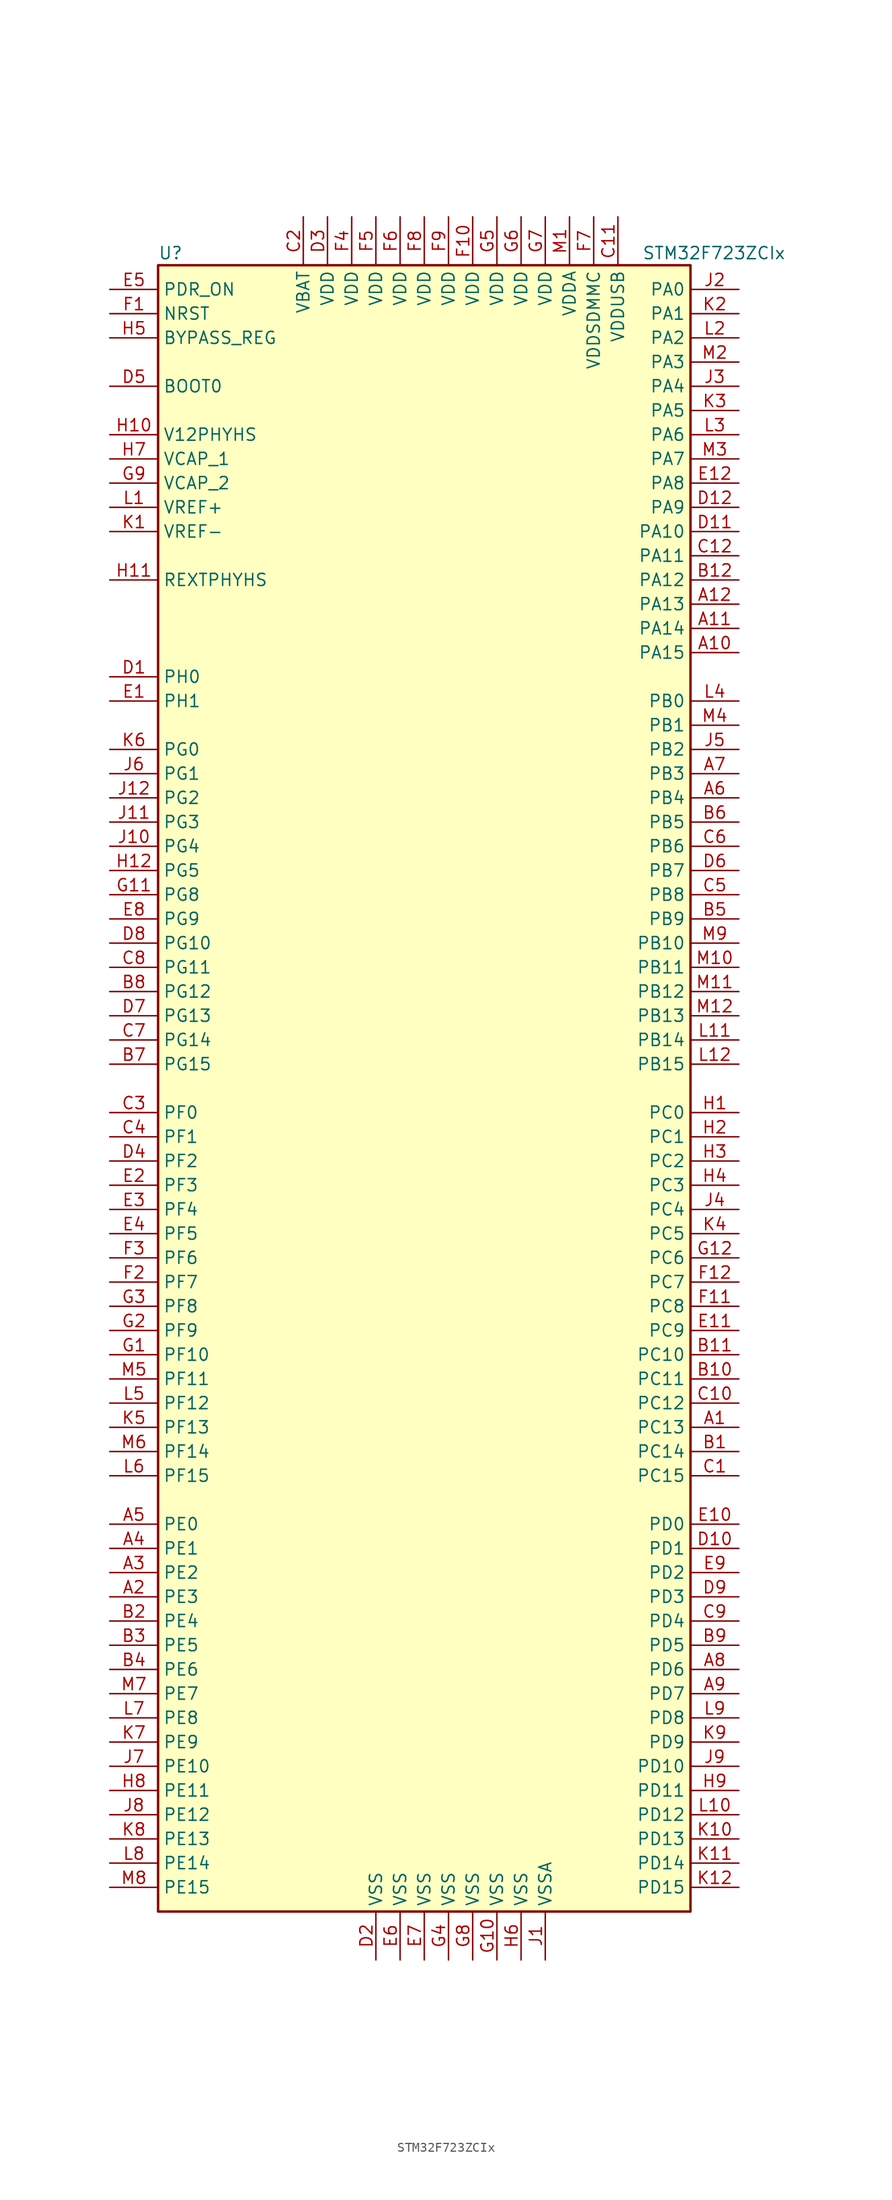
<source format=kicad_sym>
(kicad_symbol_lib
  (version 20211014)
  (generator kicad_symbol_editor)
  (symbol "STM32F723ZCIx"
    (property "Reference" "U"
      (at -27.94 87.63 0)
      (effects (font (size 1.27 1.27)) (justify left)))
    (property "Value" "STM32F723ZCIx"
      (at 22.86 87.63 0)
      (effects (font (size 1.27 1.27)) (justify left)))
    (symbol "STM32F723ZCIx_0_1"
      (rectangle (start -27.94 -86.36) (end 27.94 86.36) (stroke (width 0.254) (type default) (color 0 0 0 0)) (fill (type background))))
    (symbol "STM32F723ZCIx_1_1"
      (pin bidirectional line (at 33.02 -35.56 180) (length 5.08) (name "PC13" (effects (font (size 1.27 1.27)))) (number "A1" (effects (font (size 1.27 1.27)))))
      (pin bidirectional line (at 33.02 45.72 180) (length 5.08) (name "PA15" (effects (font (size 1.27 1.27)))) (number "A10" (effects (font (size 1.27 1.27)))))
      (pin bidirectional line (at 33.02 48.26 180) (length 5.08) (name "PA14" (effects (font (size 1.27 1.27)))) (number "A11" (effects (font (size 1.27 1.27)))))
      (pin bidirectional line (at 33.02 50.8 180) (length 5.08) (name "PA13" (effects (font (size 1.27 1.27)))) (number "A12" (effects (font (size 1.27 1.27)))))
      (pin bidirectional line (at -33.02 -53.34 0) (length 5.08) (name "PE3" (effects (font (size 1.27 1.27)))) (number "A2" (effects (font (size 1.27 1.27)))))
      (pin bidirectional line (at -33.02 -50.8 0) (length 5.08) (name "PE2" (effects (font (size 1.27 1.27)))) (number "A3" (effects (font (size 1.27 1.27)))))
      (pin bidirectional line (at -33.02 -48.26 0) (length 5.08) (name "PE1" (effects (font (size 1.27 1.27)))) (number "A4" (effects (font (size 1.27 1.27)))))
      (pin bidirectional line (at -33.02 -45.72 0) (length 5.08) (name "PE0" (effects (font (size 1.27 1.27)))) (number "A5" (effects (font (size 1.27 1.27)))))
      (pin bidirectional line (at 33.02 30.48 180) (length 5.08) (name "PB4" (effects (font (size 1.27 1.27)))) (number "A6" (effects (font (size 1.27 1.27)))))
      (pin bidirectional line (at 33.02 33.02 180) (length 5.08) (name "PB3" (effects (font (size 1.27 1.27)))) (number "A7" (effects (font (size 1.27 1.27)))))
      (pin bidirectional line (at 33.02 -60.96 180) (length 5.08) (name "PD6" (effects (font (size 1.27 1.27)))) (number "A8" (effects (font (size 1.27 1.27)))))
      (pin bidirectional line (at 33.02 -63.5 180) (length 5.08) (name "PD7" (effects (font (size 1.27 1.27)))) (number "A9" (effects (font (size 1.27 1.27)))))
      (pin bidirectional line (at 33.02 -38.1 180) (length 5.08) (name "PC14" (effects (font (size 1.27 1.27)))) (number "B1" (effects (font (size 1.27 1.27)))))
      (pin bidirectional line (at 33.02 -30.48 180) (length 5.08) (name "PC11" (effects (font (size 1.27 1.27)))) (number "B10" (effects (font (size 1.27 1.27)))))
      (pin bidirectional line (at 33.02 -27.94 180) (length 5.08) (name "PC10" (effects (font (size 1.27 1.27)))) (number "B11" (effects (font (size 1.27 1.27)))))
      (pin bidirectional line (at 33.02 53.34 180) (length 5.08) (name "PA12" (effects (font (size 1.27 1.27)))) (number "B12" (effects (font (size 1.27 1.27)))))
      (pin bidirectional line (at -33.02 -55.88 0) (length 5.08) (name "PE4" (effects (font (size 1.27 1.27)))) (number "B2" (effects (font (size 1.27 1.27)))))
      (pin bidirectional line (at -33.02 -58.42 0) (length 5.08) (name "PE5" (effects (font (size 1.27 1.27)))) (number "B3" (effects (font (size 1.27 1.27)))))
      (pin bidirectional line (at -33.02 -60.96 0) (length 5.08) (name "PE6" (effects (font (size 1.27 1.27)))) (number "B4" (effects (font (size 1.27 1.27)))))
      (pin bidirectional line (at 33.02 17.78 180) (length 5.08) (name "PB9" (effects (font (size 1.27 1.27)))) (number "B5" (effects (font (size 1.27 1.27)))))
      (pin bidirectional line (at 33.02 27.94 180) (length 5.08) (name "PB5" (effects (font (size 1.27 1.27)))) (number "B6" (effects (font (size 1.27 1.27)))))
      (pin bidirectional line (at -33.02 2.54 0) (length 5.08) (name "PG15" (effects (font (size 1.27 1.27)))) (number "B7" (effects (font (size 1.27 1.27)))))
      (pin bidirectional line (at -33.02 10.16 0) (length 5.08) (name "PG12" (effects (font (size 1.27 1.27)))) (number "B8" (effects (font (size 1.27 1.27)))))
      (pin bidirectional line (at 33.02 -58.42 180) (length 5.08) (name "PD5" (effects (font (size 1.27 1.27)))) (number "B9" (effects (font (size 1.27 1.27)))))
      (pin bidirectional line (at 33.02 -40.64 180) (length 5.08) (name "PC15" (effects (font (size 1.27 1.27)))) (number "C1" (effects (font (size 1.27 1.27)))))
      (pin bidirectional line (at 33.02 -33.02 180) (length 5.08) (name "PC12" (effects (font (size 1.27 1.27)))) (number "C10" (effects (font (size 1.27 1.27)))))
      (pin power_in line (at 20.32 91.44 270) (length 5.08) (name "VDDUSB" (effects (font (size 1.27 1.27)))) (number "C11" (effects (font (size 1.27 1.27)))))
      (pin bidirectional line (at 33.02 55.88 180) (length 5.08) (name "PA11" (effects (font (size 1.27 1.27)))) (number "C12" (effects (font (size 1.27 1.27)))))
      (pin power_in line (at -12.7 91.44 270) (length 5.08) (name "VBAT" (effects (font (size 1.27 1.27)))) (number "C2" (effects (font (size 1.27 1.27)))))
      (pin bidirectional line (at -33.02 -2.54 0) (length 5.08) (name "PF0" (effects (font (size 1.27 1.27)))) (number "C3" (effects (font (size 1.27 1.27)))))
      (pin bidirectional line (at -33.02 -5.08 0) (length 5.08) (name "PF1" (effects (font (size 1.27 1.27)))) (number "C4" (effects (font (size 1.27 1.27)))))
      (pin bidirectional line (at 33.02 20.32 180) (length 5.08) (name "PB8" (effects (font (size 1.27 1.27)))) (number "C5" (effects (font (size 1.27 1.27)))))
      (pin bidirectional line (at 33.02 25.4 180) (length 5.08) (name "PB6" (effects (font (size 1.27 1.27)))) (number "C6" (effects (font (size 1.27 1.27)))))
      (pin bidirectional line (at -33.02 5.08 0) (length 5.08) (name "PG14" (effects (font (size 1.27 1.27)))) (number "C7" (effects (font (size 1.27 1.27)))))
      (pin bidirectional line (at -33.02 12.7 0) (length 5.08) (name "PG11" (effects (font (size 1.27 1.27)))) (number "C8" (effects (font (size 1.27 1.27)))))
      (pin bidirectional line (at 33.02 -55.88 180) (length 5.08) (name "PD4" (effects (font (size 1.27 1.27)))) (number "C9" (effects (font (size 1.27 1.27)))))
      (pin input line (at -33.02 43.18 0) (length 5.08) (name "PH0" (effects (font (size 1.27 1.27)))) (number "D1" (effects (font (size 1.27 1.27)))))
      (pin bidirectional line (at 33.02 -48.26 180) (length 5.08) (name "PD1" (effects (font (size 1.27 1.27)))) (number "D10" (effects (font (size 1.27 1.27)))))
      (pin bidirectional line (at 33.02 58.42 180) (length 5.08) (name "PA10" (effects (font (size 1.27 1.27)))) (number "D11" (effects (font (size 1.27 1.27)))))
      (pin bidirectional line (at 33.02 60.96 180) (length 5.08) (name "PA9" (effects (font (size 1.27 1.27)))) (number "D12" (effects (font (size 1.27 1.27)))))
      (pin power_in line (at -5.08 -91.44 90) (length 5.08) (name "VSS" (effects (font (size 1.27 1.27)))) (number "D2" (effects (font (size 1.27 1.27)))))
      (pin power_in line (at -10.16 91.44 270) (length 5.08) (name "VDD" (effects (font (size 1.27 1.27)))) (number "D3" (effects (font (size 1.27 1.27)))))
      (pin bidirectional line (at -33.02 -7.62 0) (length 5.08) (name "PF2" (effects (font (size 1.27 1.27)))) (number "D4" (effects (font (size 1.27 1.27)))))
      (pin input line (at -33.02 73.66 0) (length 5.08) (name "BOOT0" (effects (font (size 1.27 1.27)))) (number "D5" (effects (font (size 1.27 1.27)))))
      (pin bidirectional line (at 33.02 22.86 180) (length 5.08) (name "PB7" (effects (font (size 1.27 1.27)))) (number "D6" (effects (font (size 1.27 1.27)))))
      (pin bidirectional line (at -33.02 7.62 0) (length 5.08) (name "PG13" (effects (font (size 1.27 1.27)))) (number "D7" (effects (font (size 1.27 1.27)))))
      (pin bidirectional line (at -33.02 15.24 0) (length 5.08) (name "PG10" (effects (font (size 1.27 1.27)))) (number "D8" (effects (font (size 1.27 1.27)))))
      (pin bidirectional line (at 33.02 -53.34 180) (length 5.08) (name "PD3" (effects (font (size 1.27 1.27)))) (number "D9" (effects (font (size 1.27 1.27)))))
      (pin input line (at -33.02 40.64 0) (length 5.08) (name "PH1" (effects (font (size 1.27 1.27)))) (number "E1" (effects (font (size 1.27 1.27)))))
      (pin bidirectional line (at 33.02 -45.72 180) (length 5.08) (name "PD0" (effects (font (size 1.27 1.27)))) (number "E10" (effects (font (size 1.27 1.27)))))
      (pin bidirectional line (at 33.02 -25.4 180) (length 5.08) (name "PC9" (effects (font (size 1.27 1.27)))) (number "E11" (effects (font (size 1.27 1.27)))))
      (pin bidirectional line (at 33.02 63.5 180) (length 5.08) (name "PA8" (effects (font (size 1.27 1.27)))) (number "E12" (effects (font (size 1.27 1.27)))))
      (pin bidirectional line (at -33.02 -10.16 0) (length 5.08) (name "PF3" (effects (font (size 1.27 1.27)))) (number "E2" (effects (font (size 1.27 1.27)))))
      (pin bidirectional line (at -33.02 -12.7 0) (length 5.08) (name "PF4" (effects (font (size 1.27 1.27)))) (number "E3" (effects (font (size 1.27 1.27)))))
      (pin bidirectional line (at -33.02 -15.24 0) (length 5.08) (name "PF5" (effects (font (size 1.27 1.27)))) (number "E4" (effects (font (size 1.27 1.27)))))
      (pin input line (at -33.02 83.82 0) (length 5.08) (name "PDR_ON" (effects (font (size 1.27 1.27)))) (number "E5" (effects (font (size 1.27 1.27)))))
      (pin power_in line (at -2.54 -91.44 90) (length 5.08) (name "VSS" (effects (font (size 1.27 1.27)))) (number "E6" (effects (font (size 1.27 1.27)))))
      (pin power_in line (at 0 -91.44 90) (length 5.08) (name "VSS" (effects (font (size 1.27 1.27)))) (number "E7" (effects (font (size 1.27 1.27)))))
      (pin bidirectional line (at -33.02 17.78 0) (length 5.08) (name "PG9" (effects (font (size 1.27 1.27)))) (number "E8" (effects (font (size 1.27 1.27)))))
      (pin bidirectional line (at 33.02 -50.8 180) (length 5.08) (name "PD2" (effects (font (size 1.27 1.27)))) (number "E9" (effects (font (size 1.27 1.27)))))
      (pin input line (at -33.02 81.28 0) (length 5.08) (name "NRST" (effects (font (size 1.27 1.27)))) (number "F1" (effects (font (size 1.27 1.27)))))
      (pin power_in line (at 5.08 91.44 270) (length 5.08) (name "VDD" (effects (font (size 1.27 1.27)))) (number "F10" (effects (font (size 1.27 1.27)))))
      (pin bidirectional line (at 33.02 -22.86 180) (length 5.08) (name "PC8" (effects (font (size 1.27 1.27)))) (number "F11" (effects (font (size 1.27 1.27)))))
      (pin bidirectional line (at 33.02 -20.32 180) (length 5.08) (name "PC7" (effects (font (size 1.27 1.27)))) (number "F12" (effects (font (size 1.27 1.27)))))
      (pin bidirectional line (at -33.02 -20.32 0) (length 5.08) (name "PF7" (effects (font (size 1.27 1.27)))) (number "F2" (effects (font (size 1.27 1.27)))))
      (pin bidirectional line (at -33.02 -17.78 0) (length 5.08) (name "PF6" (effects (font (size 1.27 1.27)))) (number "F3" (effects (font (size 1.27 1.27)))))
      (pin power_in line (at -7.62 91.44 270) (length 5.08) (name "VDD" (effects (font (size 1.27 1.27)))) (number "F4" (effects (font (size 1.27 1.27)))))
      (pin power_in line (at -5.08 91.44 270) (length 5.08) (name "VDD" (effects (font (size 1.27 1.27)))) (number "F5" (effects (font (size 1.27 1.27)))))
      (pin power_in line (at -2.54 91.44 270) (length 5.08) (name "VDD" (effects (font (size 1.27 1.27)))) (number "F6" (effects (font (size 1.27 1.27)))))
      (pin power_in line (at 17.78 91.44 270) (length 5.08) (name "VDDSDMMC" (effects (font (size 1.27 1.27)))) (number "F7" (effects (font (size 1.27 1.27)))))
      (pin power_in line (at 0 91.44 270) (length 5.08) (name "VDD" (effects (font (size 1.27 1.27)))) (number "F8" (effects (font (size 1.27 1.27)))))
      (pin power_in line (at 2.54 91.44 270) (length 5.08) (name "VDD" (effects (font (size 1.27 1.27)))) (number "F9" (effects (font (size 1.27 1.27)))))
      (pin bidirectional line (at -33.02 -27.94 0) (length 5.08) (name "PF10" (effects (font (size 1.27 1.27)))) (number "G1" (effects (font (size 1.27 1.27)))))
      (pin power_in line (at 7.62 -91.44 90) (length 5.08) (name "VSS" (effects (font (size 1.27 1.27)))) (number "G10" (effects (font (size 1.27 1.27)))))
      (pin bidirectional line (at -33.02 20.32 0) (length 5.08) (name "PG8" (effects (font (size 1.27 1.27)))) (number "G11" (effects (font (size 1.27 1.27)))))
      (pin bidirectional line (at 33.02 -17.78 180) (length 5.08) (name "PC6" (effects (font (size 1.27 1.27)))) (number "G12" (effects (font (size 1.27 1.27)))))
      (pin bidirectional line (at -33.02 -25.4 0) (length 5.08) (name "PF9" (effects (font (size 1.27 1.27)))) (number "G2" (effects (font (size 1.27 1.27)))))
      (pin bidirectional line (at -33.02 -22.86 0) (length 5.08) (name "PF8" (effects (font (size 1.27 1.27)))) (number "G3" (effects (font (size 1.27 1.27)))))
      (pin power_in line (at 2.54 -91.44 90) (length 5.08) (name "VSS" (effects (font (size 1.27 1.27)))) (number "G4" (effects (font (size 1.27 1.27)))))
      (pin power_in line (at 7.62 91.44 270) (length 5.08) (name "VDD" (effects (font (size 1.27 1.27)))) (number "G5" (effects (font (size 1.27 1.27)))))
      (pin power_in line (at 10.16 91.44 270) (length 5.08) (name "VDD" (effects (font (size 1.27 1.27)))) (number "G6" (effects (font (size 1.27 1.27)))))
      (pin power_in line (at 12.7 91.44 270) (length 5.08) (name "VDD" (effects (font (size 1.27 1.27)))) (number "G7" (effects (font (size 1.27 1.27)))))
      (pin power_in line (at 5.08 -91.44 90) (length 5.08) (name "VSS" (effects (font (size 1.27 1.27)))) (number "G8" (effects (font (size 1.27 1.27)))))
      (pin power_in line (at -33.02 63.5 0) (length 5.08) (name "VCAP_2" (effects (font (size 1.27 1.27)))) (number "G9" (effects (font (size 1.27 1.27)))))
      (pin bidirectional line (at 33.02 -2.54 180) (length 5.08) (name "PC0" (effects (font (size 1.27 1.27)))) (number "H1" (effects (font (size 1.27 1.27)))))
      (pin power_in line (at -33.02 68.58 0) (length 5.08) (name "V12PHYHS" (effects (font (size 1.27 1.27)))) (number "H10" (effects (font (size 1.27 1.27)))))
      (pin bidirectional line (at -33.02 53.34 0) (length 5.08) (name "REXTPHYHS" (effects (font (size 1.27 1.27)))) (number "H11" (effects (font (size 1.27 1.27)))))
      (pin bidirectional line (at -33.02 22.86 0) (length 5.08) (name "PG5" (effects (font (size 1.27 1.27)))) (number "H12" (effects (font (size 1.27 1.27)))))
      (pin bidirectional line (at 33.02 -5.08 180) (length 5.08) (name "PC1" (effects (font (size 1.27 1.27)))) (number "H2" (effects (font (size 1.27 1.27)))))
      (pin bidirectional line (at 33.02 -7.62 180) (length 5.08) (name "PC2" (effects (font (size 1.27 1.27)))) (number "H3" (effects (font (size 1.27 1.27)))))
      (pin bidirectional line (at 33.02 -10.16 180) (length 5.08) (name "PC3" (effects (font (size 1.27 1.27)))) (number "H4" (effects (font (size 1.27 1.27)))))
      (pin input line (at -33.02 78.74 0) (length 5.08) (name "BYPASS_REG" (effects (font (size 1.27 1.27)))) (number "H5" (effects (font (size 1.27 1.27)))))
      (pin power_in line (at 10.16 -91.44 90) (length 5.08) (name "VSS" (effects (font (size 1.27 1.27)))) (number "H6" (effects (font (size 1.27 1.27)))))
      (pin power_in line (at -33.02 66.04 0) (length 5.08) (name "VCAP_1" (effects (font (size 1.27 1.27)))) (number "H7" (effects (font (size 1.27 1.27)))))
      (pin bidirectional line (at -33.02 -73.66 0) (length 5.08) (name "PE11" (effects (font (size 1.27 1.27)))) (number "H8" (effects (font (size 1.27 1.27)))))
      (pin bidirectional line (at 33.02 -73.66 180) (length 5.08) (name "PD11" (effects (font (size 1.27 1.27)))) (number "H9" (effects (font (size 1.27 1.27)))))
      (pin power_in line (at 12.7 -91.44 90) (length 5.08) (name "VSSA" (effects (font (size 1.27 1.27)))) (number "J1" (effects (font (size 1.27 1.27)))))
      (pin bidirectional line (at -33.02 25.4 0) (length 5.08) (name "PG4" (effects (font (size 1.27 1.27)))) (number "J10" (effects (font (size 1.27 1.27)))))
      (pin bidirectional line (at -33.02 27.94 0) (length 5.08) (name "PG3" (effects (font (size 1.27 1.27)))) (number "J11" (effects (font (size 1.27 1.27)))))
      (pin bidirectional line (at -33.02 30.48 0) (length 5.08) (name "PG2" (effects (font (size 1.27 1.27)))) (number "J12" (effects (font (size 1.27 1.27)))))
      (pin bidirectional line (at 33.02 83.82 180) (length 5.08) (name "PA0" (effects (font (size 1.27 1.27)))) (number "J2" (effects (font (size 1.27 1.27)))))
      (pin bidirectional line (at 33.02 73.66 180) (length 5.08) (name "PA4" (effects (font (size 1.27 1.27)))) (number "J3" (effects (font (size 1.27 1.27)))))
      (pin bidirectional line (at 33.02 -12.7 180) (length 5.08) (name "PC4" (effects (font (size 1.27 1.27)))) (number "J4" (effects (font (size 1.27 1.27)))))
      (pin bidirectional line (at 33.02 35.56 180) (length 5.08) (name "PB2" (effects (font (size 1.27 1.27)))) (number "J5" (effects (font (size 1.27 1.27)))))
      (pin bidirectional line (at -33.02 33.02 0) (length 5.08) (name "PG1" (effects (font (size 1.27 1.27)))) (number "J6" (effects (font (size 1.27 1.27)))))
      (pin bidirectional line (at -33.02 -71.12 0) (length 5.08) (name "PE10" (effects (font (size 1.27 1.27)))) (number "J7" (effects (font (size 1.27 1.27)))))
      (pin bidirectional line (at -33.02 -76.2 0) (length 5.08) (name "PE12" (effects (font (size 1.27 1.27)))) (number "J8" (effects (font (size 1.27 1.27)))))
      (pin bidirectional line (at 33.02 -71.12 180) (length 5.08) (name "PD10" (effects (font (size 1.27 1.27)))) (number "J9" (effects (font (size 1.27 1.27)))))
      (pin power_in line (at -33.02 58.42 0) (length 5.08) (name "VREF-" (effects (font (size 1.27 1.27)))) (number "K1" (effects (font (size 1.27 1.27)))))
      (pin bidirectional line (at 33.02 -78.74 180) (length 5.08) (name "PD13" (effects (font (size 1.27 1.27)))) (number "K10" (effects (font (size 1.27 1.27)))))
      (pin bidirectional line (at 33.02 -81.28 180) (length 5.08) (name "PD14" (effects (font (size 1.27 1.27)))) (number "K11" (effects (font (size 1.27 1.27)))))
      (pin bidirectional line (at 33.02 -83.82 180) (length 5.08) (name "PD15" (effects (font (size 1.27 1.27)))) (number "K12" (effects (font (size 1.27 1.27)))))
      (pin bidirectional line (at 33.02 81.28 180) (length 5.08) (name "PA1" (effects (font (size 1.27 1.27)))) (number "K2" (effects (font (size 1.27 1.27)))))
      (pin bidirectional line (at 33.02 71.12 180) (length 5.08) (name "PA5" (effects (font (size 1.27 1.27)))) (number "K3" (effects (font (size 1.27 1.27)))))
      (pin bidirectional line (at 33.02 -15.24 180) (length 5.08) (name "PC5" (effects (font (size 1.27 1.27)))) (number "K4" (effects (font (size 1.27 1.27)))))
      (pin bidirectional line (at -33.02 -35.56 0) (length 5.08) (name "PF13" (effects (font (size 1.27 1.27)))) (number "K5" (effects (font (size 1.27 1.27)))))
      (pin bidirectional line (at -33.02 35.56 0) (length 5.08) (name "PG0" (effects (font (size 1.27 1.27)))) (number "K6" (effects (font (size 1.27 1.27)))))
      (pin bidirectional line (at -33.02 -68.58 0) (length 5.08) (name "PE9" (effects (font (size 1.27 1.27)))) (number "K7" (effects (font (size 1.27 1.27)))))
      (pin bidirectional line (at -33.02 -78.74 0) (length 5.08) (name "PE13" (effects (font (size 1.27 1.27)))) (number "K8" (effects (font (size 1.27 1.27)))))
      (pin bidirectional line (at 33.02 -68.58 180) (length 5.08) (name "PD9" (effects (font (size 1.27 1.27)))) (number "K9" (effects (font (size 1.27 1.27)))))
      (pin power_in line (at -33.02 60.96 0) (length 5.08) (name "VREF+" (effects (font (size 1.27 1.27)))) (number "L1" (effects (font (size 1.27 1.27)))))
      (pin bidirectional line (at 33.02 -76.2 180) (length 5.08) (name "PD12" (effects (font (size 1.27 1.27)))) (number "L10" (effects (font (size 1.27 1.27)))))
      (pin bidirectional line (at 33.02 5.08 180) (length 5.08) (name "PB14" (effects (font (size 1.27 1.27)))) (number "L11" (effects (font (size 1.27 1.27)))))
      (pin bidirectional line (at 33.02 2.54 180) (length 5.08) (name "PB15" (effects (font (size 1.27 1.27)))) (number "L12" (effects (font (size 1.27 1.27)))))
      (pin bidirectional line (at 33.02 78.74 180) (length 5.08) (name "PA2" (effects (font (size 1.27 1.27)))) (number "L2" (effects (font (size 1.27 1.27)))))
      (pin bidirectional line (at 33.02 68.58 180) (length 5.08) (name "PA6" (effects (font (size 1.27 1.27)))) (number "L3" (effects (font (size 1.27 1.27)))))
      (pin bidirectional line (at 33.02 40.64 180) (length 5.08) (name "PB0" (effects (font (size 1.27 1.27)))) (number "L4" (effects (font (size 1.27 1.27)))))
      (pin bidirectional line (at -33.02 -33.02 0) (length 5.08) (name "PF12" (effects (font (size 1.27 1.27)))) (number "L5" (effects (font (size 1.27 1.27)))))
      (pin bidirectional line (at -33.02 -40.64 0) (length 5.08) (name "PF15" (effects (font (size 1.27 1.27)))) (number "L6" (effects (font (size 1.27 1.27)))))
      (pin bidirectional line (at -33.02 -66.04 0) (length 5.08) (name "PE8" (effects (font (size 1.27 1.27)))) (number "L7" (effects (font (size 1.27 1.27)))))
      (pin bidirectional line (at -33.02 -81.28 0) (length 5.08) (name "PE14" (effects (font (size 1.27 1.27)))) (number "L8" (effects (font (size 1.27 1.27)))))
      (pin bidirectional line (at 33.02 -66.04 180) (length 5.08) (name "PD8" (effects (font (size 1.27 1.27)))) (number "L9" (effects (font (size 1.27 1.27)))))
      (pin power_in line (at 15.24 91.44 270) (length 5.08) (name "VDDA" (effects (font (size 1.27 1.27)))) (number "M1" (effects (font (size 1.27 1.27)))))
      (pin bidirectional line (at 33.02 12.7 180) (length 5.08) (name "PB11" (effects (font (size 1.27 1.27)))) (number "M10" (effects (font (size 1.27 1.27)))))
      (pin bidirectional line (at 33.02 10.16 180) (length 5.08) (name "PB12" (effects (font (size 1.27 1.27)))) (number "M11" (effects (font (size 1.27 1.27)))))
      (pin bidirectional line (at 33.02 7.62 180) (length 5.08) (name "PB13" (effects (font (size 1.27 1.27)))) (number "M12" (effects (font (size 1.27 1.27)))))
      (pin bidirectional line (at 33.02 76.2 180) (length 5.08) (name "PA3" (effects (font (size 1.27 1.27)))) (number "M2" (effects (font (size 1.27 1.27)))))
      (pin bidirectional line (at 33.02 66.04 180) (length 5.08) (name "PA7" (effects (font (size 1.27 1.27)))) (number "M3" (effects (font (size 1.27 1.27)))))
      (pin bidirectional line (at 33.02 38.1 180) (length 5.08) (name "PB1" (effects (font (size 1.27 1.27)))) (number "M4" (effects (font (size 1.27 1.27)))))
      (pin bidirectional line (at -33.02 -30.48 0) (length 5.08) (name "PF11" (effects (font (size 1.27 1.27)))) (number "M5" (effects (font (size 1.27 1.27)))))
      (pin bidirectional line (at -33.02 -38.1 0) (length 5.08) (name "PF14" (effects (font (size 1.27 1.27)))) (number "M6" (effects (font (size 1.27 1.27)))))
      (pin bidirectional line (at -33.02 -63.5 0) (length 5.08) (name "PE7" (effects (font (size 1.27 1.27)))) (number "M7" (effects (font (size 1.27 1.27)))))
      (pin bidirectional line (at -33.02 -83.82 0) (length 5.08) (name "PE15" (effects (font (size 1.27 1.27)))) (number "M8" (effects (font (size 1.27 1.27)))))
      (pin bidirectional line (at 33.02 15.24 180) (length 5.08) (name "PB10" (effects (font (size 1.27 1.27)))) (number "M9" (effects (font (size 1.27 1.27))))))))
</source>
